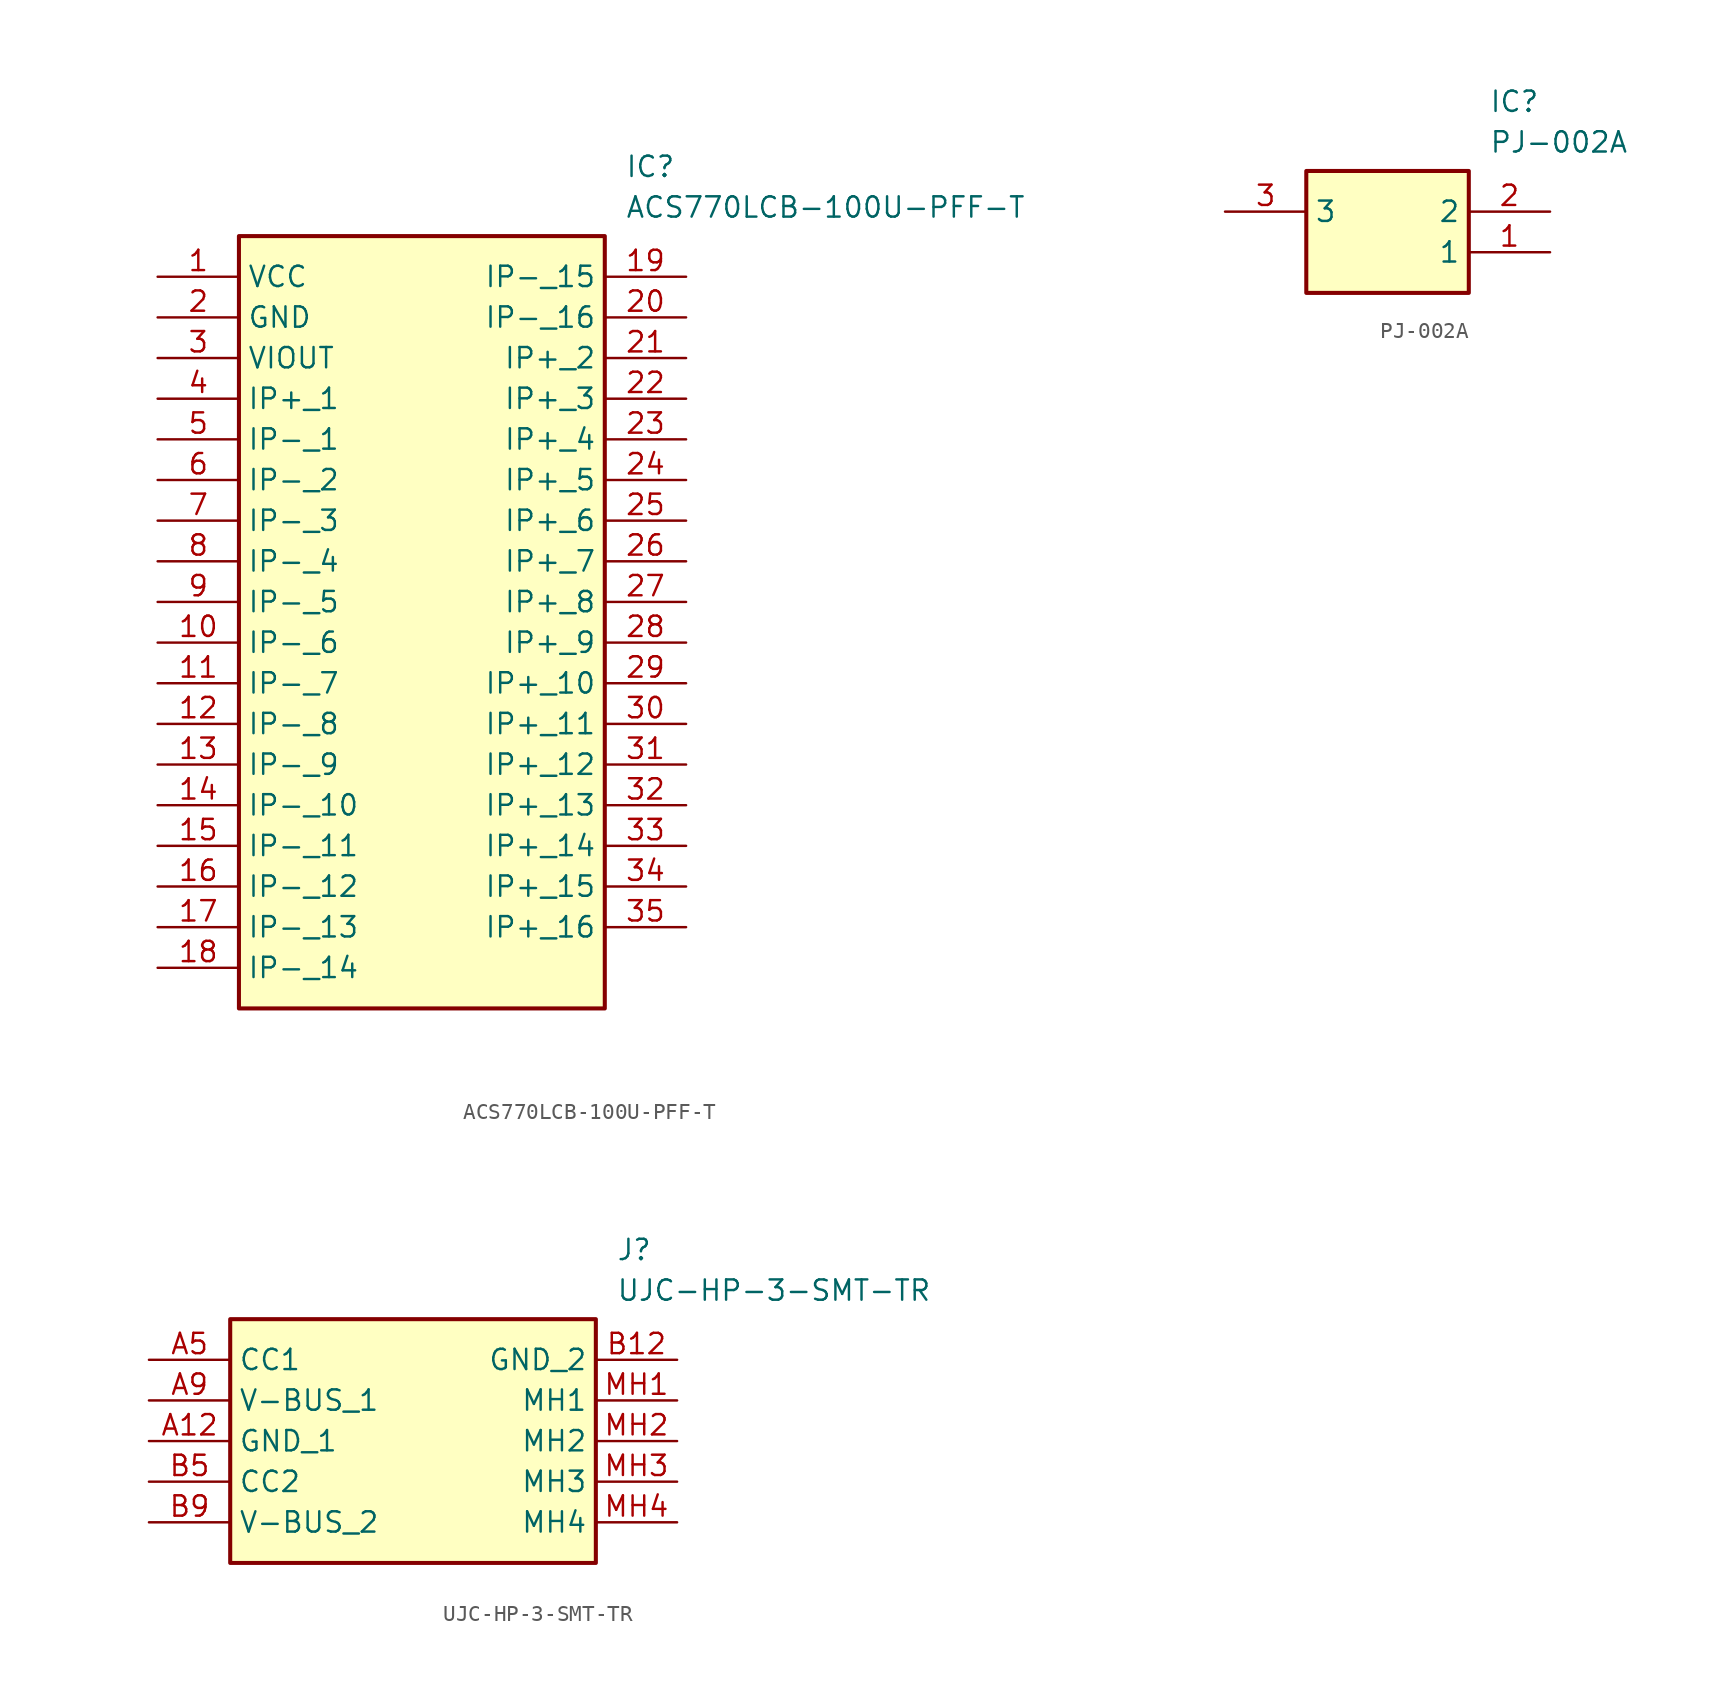
<source format=kicad_sym>
(kicad_symbol_lib
  (version 20231120)
  (generator "kicad_symbol_editor")
  (generator_version "8.0")
  (symbol "ACS770LCB-100U-PFF-T"
    (property "Reference" "IC"
      (at 29.21 7.62 0)
      (effects (font (size 1.27 1.27)) (justify left top)))
    (property "Value" "ACS770LCB-100U-PFF-T"
      (at 29.21 5.08 0)
      (effects (font (size 1.27 1.27)) (justify left top)))
    (symbol "ACS770LCB-100U-PFF-T_1_1"
      (rectangle (start 5.08 2.54) (end 27.94 -45.72) (stroke (width 0.254) (type default)) (fill (type background)))
      (pin passive line (at 0 0 0) (length 5.08) (name "VCC" (effects (font (size 1.27 1.27)))) (number "1" (effects (font (size 1.27 1.27)))))
      (pin passive line (at 0 -22.86 0) (length 5.08) (name "IP-_6" (effects (font (size 1.27 1.27)))) (number "10" (effects (font (size 1.27 1.27)))))
      (pin passive line (at 0 -25.4 0) (length 5.08) (name "IP-_7" (effects (font (size 1.27 1.27)))) (number "11" (effects (font (size 1.27 1.27)))))
      (pin passive line (at 0 -27.94 0) (length 5.08) (name "IP-_8" (effects (font (size 1.27 1.27)))) (number "12" (effects (font (size 1.27 1.27)))))
      (pin passive line (at 0 -30.48 0) (length 5.08) (name "IP-_9" (effects (font (size 1.27 1.27)))) (number "13" (effects (font (size 1.27 1.27)))))
      (pin passive line (at 0 -33.02 0) (length 5.08) (name "IP-_10" (effects (font (size 1.27 1.27)))) (number "14" (effects (font (size 1.27 1.27)))))
      (pin passive line (at 0 -35.56 0) (length 5.08) (name "IP-_11" (effects (font (size 1.27 1.27)))) (number "15" (effects (font (size 1.27 1.27)))))
      (pin passive line (at 0 -38.1 0) (length 5.08) (name "IP-_12" (effects (font (size 1.27 1.27)))) (number "16" (effects (font (size 1.27 1.27)))))
      (pin passive line (at 0 -40.64 0) (length 5.08) (name "IP-_13" (effects (font (size 1.27 1.27)))) (number "17" (effects (font (size 1.27 1.27)))))
      (pin passive line (at 0 -43.18 0) (length 5.08) (name "IP-_14" (effects (font (size 1.27 1.27)))) (number "18" (effects (font (size 1.27 1.27)))))
      (pin passive line (at 33.02 0 180) (length 5.08) (name "IP-_15" (effects (font (size 1.27 1.27)))) (number "19" (effects (font (size 1.27 1.27)))))
      (pin passive line (at 0 -2.54 0) (length 5.08) (name "GND" (effects (font (size 1.27 1.27)))) (number "2" (effects (font (size 1.27 1.27)))))
      (pin passive line (at 33.02 -2.54 180) (length 5.08) (name "IP-_16" (effects (font (size 1.27 1.27)))) (number "20" (effects (font (size 1.27 1.27)))))
      (pin passive line (at 33.02 -5.08 180) (length 5.08) (name "IP+_2" (effects (font (size 1.27 1.27)))) (number "21" (effects (font (size 1.27 1.27)))))
      (pin passive line (at 33.02 -7.62 180) (length 5.08) (name "IP+_3" (effects (font (size 1.27 1.27)))) (number "22" (effects (font (size 1.27 1.27)))))
      (pin passive line (at 33.02 -10.16 180) (length 5.08) (name "IP+_4" (effects (font (size 1.27 1.27)))) (number "23" (effects (font (size 1.27 1.27)))))
      (pin passive line (at 33.02 -12.7 180) (length 5.08) (name "IP+_5" (effects (font (size 1.27 1.27)))) (number "24" (effects (font (size 1.27 1.27)))))
      (pin passive line (at 33.02 -15.24 180) (length 5.08) (name "IP+_6" (effects (font (size 1.27 1.27)))) (number "25" (effects (font (size 1.27 1.27)))))
      (pin passive line (at 33.02 -17.78 180) (length 5.08) (name "IP+_7" (effects (font (size 1.27 1.27)))) (number "26" (effects (font (size 1.27 1.27)))))
      (pin passive line (at 33.02 -20.32 180) (length 5.08) (name "IP+_8" (effects (font (size 1.27 1.27)))) (number "27" (effects (font (size 1.27 1.27)))))
      (pin passive line (at 33.02 -22.86 180) (length 5.08) (name "IP+_9" (effects (font (size 1.27 1.27)))) (number "28" (effects (font (size 1.27 1.27)))))
      (pin passive line (at 33.02 -25.4 180) (length 5.08) (name "IP+_10" (effects (font (size 1.27 1.27)))) (number "29" (effects (font (size 1.27 1.27)))))
      (pin passive line (at 0 -5.08 0) (length 5.08) (name "VIOUT" (effects (font (size 1.27 1.27)))) (number "3" (effects (font (size 1.27 1.27)))))
      (pin passive line (at 33.02 -27.94 180) (length 5.08) (name "IP+_11" (effects (font (size 1.27 1.27)))) (number "30" (effects (font (size 1.27 1.27)))))
      (pin passive line (at 33.02 -30.48 180) (length 5.08) (name "IP+_12" (effects (font (size 1.27 1.27)))) (number "31" (effects (font (size 1.27 1.27)))))
      (pin passive line (at 33.02 -33.02 180) (length 5.08) (name "IP+_13" (effects (font (size 1.27 1.27)))) (number "32" (effects (font (size 1.27 1.27)))))
      (pin passive line (at 33.02 -35.56 180) (length 5.08) (name "IP+_14" (effects (font (size 1.27 1.27)))) (number "33" (effects (font (size 1.27 1.27)))))
      (pin passive line (at 33.02 -38.1 180) (length 5.08) (name "IP+_15" (effects (font (size 1.27 1.27)))) (number "34" (effects (font (size 1.27 1.27)))))
      (pin passive line (at 33.02 -40.64 180) (length 5.08) (name "IP+_16" (effects (font (size 1.27 1.27)))) (number "35" (effects (font (size 1.27 1.27)))))
      (pin passive line (at 0 -7.62 0) (length 5.08) (name "IP+_1" (effects (font (size 1.27 1.27)))) (number "4" (effects (font (size 1.27 1.27)))))
      (pin passive line (at 0 -10.16 0) (length 5.08) (name "IP-_1" (effects (font (size 1.27 1.27)))) (number "5" (effects (font (size 1.27 1.27)))))
      (pin passive line (at 0 -12.7 0) (length 5.08) (name "IP-_2" (effects (font (size 1.27 1.27)))) (number "6" (effects (font (size 1.27 1.27)))))
      (pin passive line (at 0 -15.24 0) (length 5.08) (name "IP-_3" (effects (font (size 1.27 1.27)))) (number "7" (effects (font (size 1.27 1.27)))))
      (pin passive line (at 0 -17.78 0) (length 5.08) (name "IP-_4" (effects (font (size 1.27 1.27)))) (number "8" (effects (font (size 1.27 1.27)))))
      (pin passive line (at 0 -20.32 0) (length 5.08) (name "IP-_5" (effects (font (size 1.27 1.27)))) (number "9" (effects (font (size 1.27 1.27)))))))
  (symbol "PJ-002A"
    (property "Reference" "IC"
      (at 16.51 7.62 0)
      (effects (font (size 1.27 1.27)) (justify left top)))
    (property "Value" "PJ-002A"
      (at 16.51 5.08 0)
      (effects (font (size 1.27 1.27)) (justify left top)))
    (symbol "PJ-002A_1_1"
      (rectangle (start 5.08 2.54) (end 15.24 -5.08) (stroke (width 0.254) (type default)) (fill (type background)))
      (pin passive line (at 20.32 -2.54 180) (length 5.08) (name "1" (effects (font (size 1.27 1.27)))) (number "1" (effects (font (size 1.27 1.27)))))
      (pin passive line (at 20.32 0 180) (length 5.08) (name "2" (effects (font (size 1.27 1.27)))) (number "2" (effects (font (size 1.27 1.27)))))
      (pin passive line (at 0 0 0) (length 5.08) (name "3" (effects (font (size 1.27 1.27)))) (number "3" (effects (font (size 1.27 1.27)))))))
  (symbol "UJC-HP-3-SMT-TR"
    (property "Reference" "J"
      (at 29.21 7.62 0)
      (effects (font (size 1.27 1.27)) (justify left top)))
    (property "Value" "UJC-HP-3-SMT-TR"
      (at 29.21 5.08 0)
      (effects (font (size 1.27 1.27)) (justify left top)))
    (symbol "UJC-HP-3-SMT-TR_1_1"
      (rectangle (start 5.08 2.54) (end 27.94 -12.7) (stroke (width 0.254) (type default)) (fill (type background)))
      (pin passive line (at 0 -5.08 0) (length 5.08) (name "GND_1" (effects (font (size 1.27 1.27)))) (number "A12" (effects (font (size 1.27 1.27)))))
      (pin passive line (at 0 0 0) (length 5.08) (name "CC1" (effects (font (size 1.27 1.27)))) (number "A5" (effects (font (size 1.27 1.27)))))
      (pin passive line (at 0 -2.54 0) (length 5.08) (name "V-BUS_1" (effects (font (size 1.27 1.27)))) (number "A9" (effects (font (size 1.27 1.27)))))
      (pin passive line (at 33.02 0 180) (length 5.08) (name "GND_2" (effects (font (size 1.27 1.27)))) (number "B12" (effects (font (size 1.27 1.27)))))
      (pin passive line (at 0 -7.62 0) (length 5.08) (name "CC2" (effects (font (size 1.27 1.27)))) (number "B5" (effects (font (size 1.27 1.27)))))
      (pin passive line (at 0 -10.16 0) (length 5.08) (name "V-BUS_2" (effects (font (size 1.27 1.27)))) (number "B9" (effects (font (size 1.27 1.27)))))
      (pin passive line (at 33.02 -2.54 180) (length 5.08) (name "MH1" (effects (font (size 1.27 1.27)))) (number "MH1" (effects (font (size 1.27 1.27)))))
      (pin passive line (at 33.02 -5.08 180) (length 5.08) (name "MH2" (effects (font (size 1.27 1.27)))) (number "MH2" (effects (font (size 1.27 1.27)))))
      (pin passive line (at 33.02 -7.62 180) (length 5.08) (name "MH3" (effects (font (size 1.27 1.27)))) (number "MH3" (effects (font (size 1.27 1.27)))))
      (pin passive line (at 33.02 -10.16 180) (length 5.08) (name "MH4" (effects (font (size 1.27 1.27)))) (number "MH4" (effects (font (size 1.27 1.27))))))))
</source>
